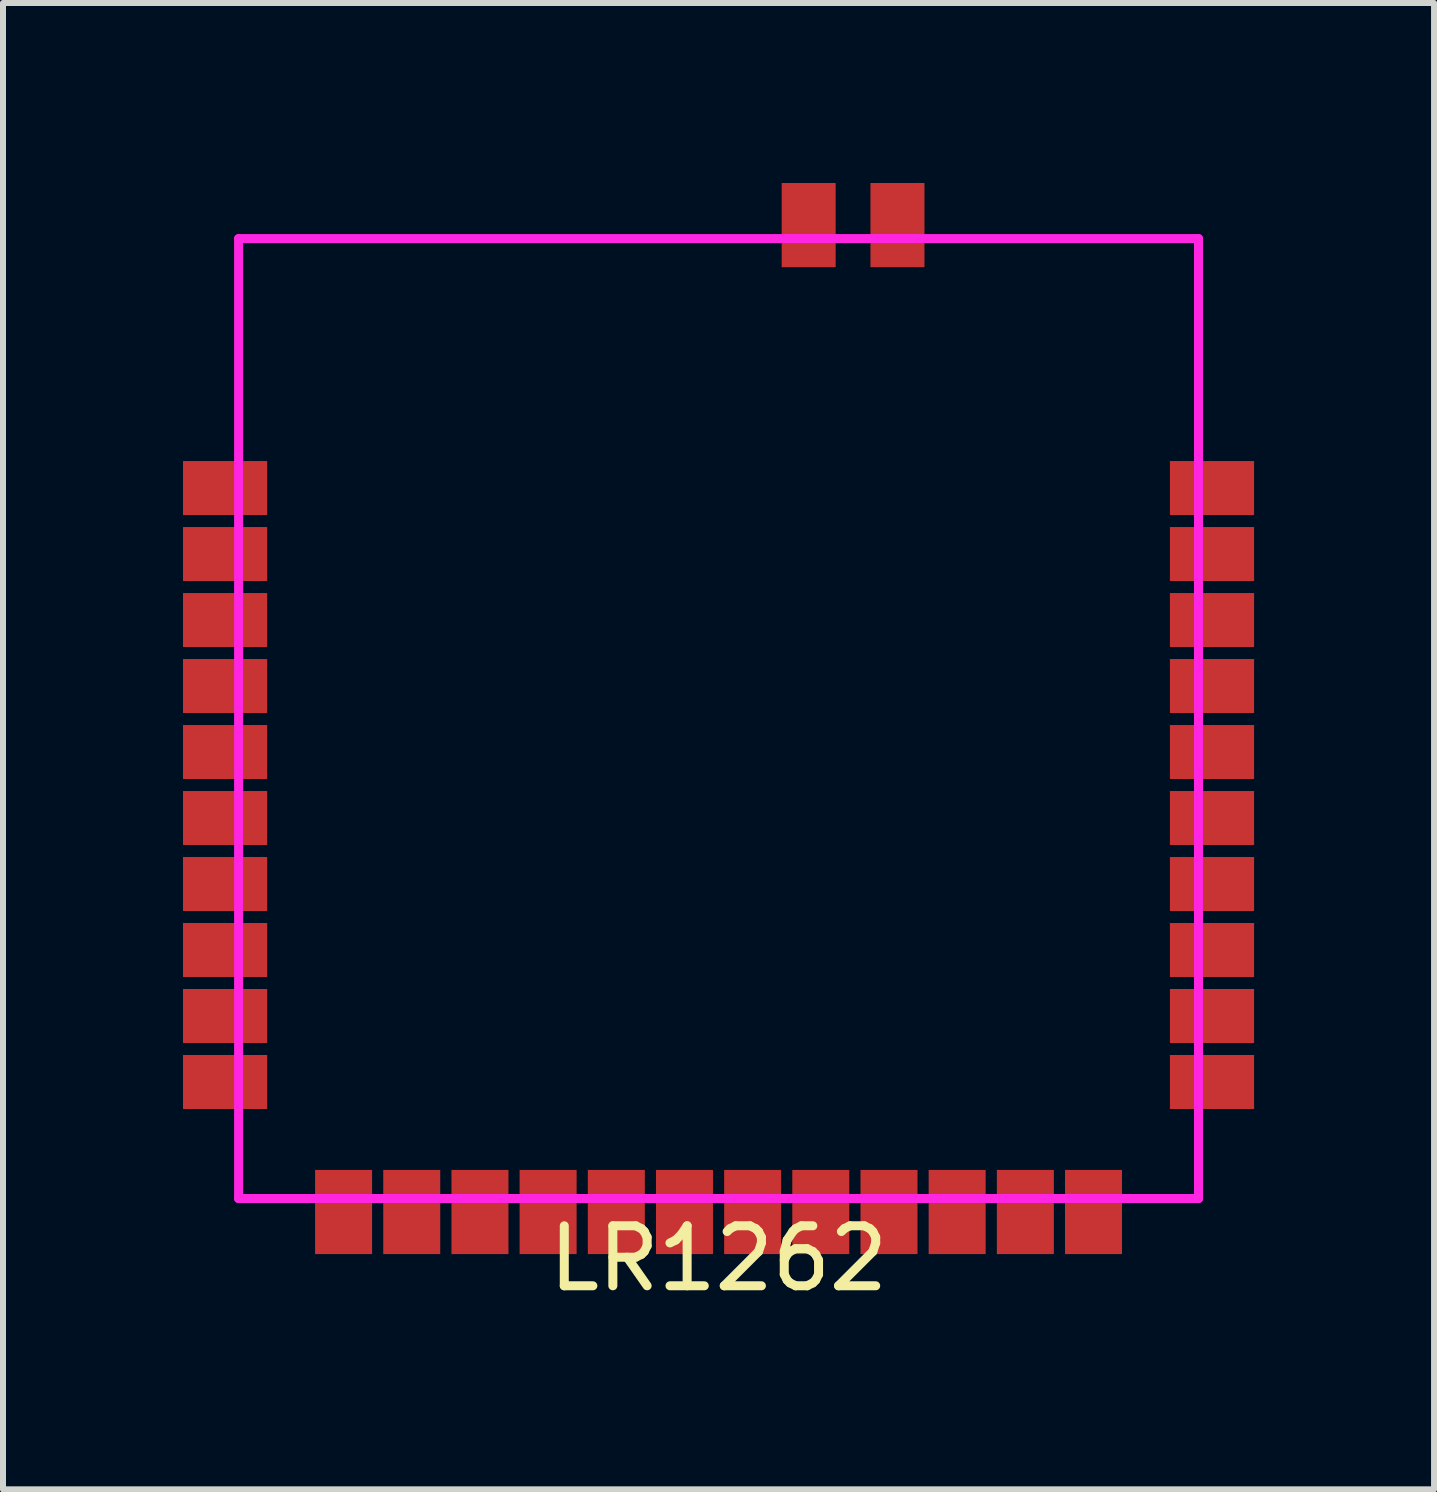
<source format=kicad_pcb>
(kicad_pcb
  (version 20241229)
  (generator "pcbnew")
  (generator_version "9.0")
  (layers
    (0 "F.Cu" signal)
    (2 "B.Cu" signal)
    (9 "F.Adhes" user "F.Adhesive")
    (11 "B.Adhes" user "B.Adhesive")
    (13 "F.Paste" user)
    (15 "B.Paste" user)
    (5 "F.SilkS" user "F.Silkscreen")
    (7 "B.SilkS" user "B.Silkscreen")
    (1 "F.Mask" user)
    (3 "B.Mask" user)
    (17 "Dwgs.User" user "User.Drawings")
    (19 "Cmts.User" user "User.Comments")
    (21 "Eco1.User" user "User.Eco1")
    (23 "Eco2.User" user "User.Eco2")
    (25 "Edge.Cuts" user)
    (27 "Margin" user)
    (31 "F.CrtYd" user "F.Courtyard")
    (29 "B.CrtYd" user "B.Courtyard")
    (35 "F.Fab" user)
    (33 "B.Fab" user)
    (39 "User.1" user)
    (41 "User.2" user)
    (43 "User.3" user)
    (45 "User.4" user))
  (footprint "LR1262"
    (layer "F.Cu")
    (at 8.927 8.927)
    (property "Reference" "LR1262" (at 0 9 0) (layer "F.SilkS") (effects (font (size 1 1) (thickness 0.15))))
    (attr smd)
    (fp_line (start -8 -8) (end -8 8) (stroke (width 0.15) (type solid)) (layer "F.CrtYd"))
    (fp_line (start -8 8) (end 8 8) (stroke (width 0.15) (type solid)) (layer "F.CrtYd"))
    (fp_line (start 8 -8) (end -8 -8) (stroke (width 0.15) (type solid)) (layer "F.CrtYd"))
    (fp_line (start 8 8) (end 8 -8) (stroke (width 0.15) (type solid)) (layer "F.CrtYd"))
    (pad "1" smd rect (at -8.225 -3.842) (size 1.403 0.9) (layers "F.Cu" "F.Mask" "F.Paste"))
    (pad "2" smd rect (at -8.225 -2.742) (size 1.403 0.9) (layers "F.Cu" "F.Mask" "F.Paste"))
    (pad "3" smd rect (at -8.225 -1.642) (size 1.403 0.9) (layers "F.Cu" "F.Mask" "F.Paste"))
    (pad "4" smd rect (at -8.225 -0.542) (size 1.403 0.9) (layers "F.Cu" "F.Mask" "F.Paste"))
    (pad "5" smd rect (at -8.225 0.558) (size 1.403 0.9) (layers "F.Cu" "F.Mask" "F.Paste"))
    (pad "6" smd rect (at -8.225 1.658) (size 1.403 0.9) (layers "F.Cu" "F.Mask" "F.Paste"))
    (pad "7" smd rect (at -8.225 2.758) (size 1.403 0.9) (layers "F.Cu" "F.Mask" "F.Paste"))
    (pad "8" smd rect (at -8.225 3.858) (size 1.403 0.9) (layers "F.Cu" "F.Mask" "F.Paste"))
    (pad "9" smd rect (at -8.225 4.958) (size 1.403 0.9) (layers "F.Cu" "F.Mask" "F.Paste"))
    (pad "10" smd rect (at -8.225 6.058) (size 1.403 0.9) (layers "F.Cu" "F.Mask" "F.Paste"))
    (pad "11" smd rect (at -6.25 8.225) (size 0.95 1.403) (layers "F.Cu" "F.Mask" "F.Paste"))
    (pad "12" smd rect (at -5.114 8.225) (size 0.95 1.403) (layers "F.Cu" "F.Mask" "F.Paste"))
    (pad "13" smd rect (at -3.977 8.225) (size 0.95 1.403) (layers "F.Cu" "F.Mask" "F.Paste"))
    (pad "14" smd rect (at -2.841 8.225) (size 0.95 1.403) (layers "F.Cu" "F.Mask" "F.Paste"))
    (pad "15" smd rect (at -1.704 8.225) (size 0.95 1.403) (layers "F.Cu" "F.Mask" "F.Paste"))
    (pad "16" smd rect (at -0.568 8.225) (size 0.95 1.403) (layers "F.Cu" "F.Mask" "F.Paste"))
    (pad "17" smd rect (at 0.568 8.225) (size 0.95 1.403) (layers "F.Cu" "F.Mask" "F.Paste"))
    (pad "18" smd rect (at 1.704 8.225) (size 0.95 1.403) (layers "F.Cu" "F.Mask" "F.Paste"))
    (pad "19" smd rect (at 2.841 8.225) (size 0.95 1.403) (layers "F.Cu" "F.Mask" "F.Paste"))
    (pad "20" smd rect (at 3.977 8.225) (size 0.95 1.403) (layers "F.Cu" "F.Mask" "F.Paste"))
    (pad "21" smd rect (at 5.114 8.225) (size 0.95 1.403) (layers "F.Cu" "F.Mask" "F.Paste"))
    (pad "22" smd rect (at 6.25 8.225) (size 0.95 1.403) (layers "F.Cu" "F.Mask" "F.Paste"))
    (pad "23" smd rect (at 8.225 6.058) (size 1.403 0.9) (layers "F.Cu" "F.Mask" "F.Paste"))
    (pad "24" smd rect (at 8.225 4.958) (size 1.403 0.9) (layers "F.Cu" "F.Mask" "F.Paste"))
    (pad "25" smd rect (at 8.225 3.858) (size 1.403 0.9) (layers "F.Cu" "F.Mask" "F.Paste"))
    (pad "26" smd rect (at 8.225 2.758) (size 1.403 0.9) (layers "F.Cu" "F.Mask" "F.Paste"))
    (pad "27" smd rect (at 8.225 1.658) (size 1.403 0.9) (layers "F.Cu" "F.Mask" "F.Paste"))
    (pad "28" smd rect (at 8.225 0.558) (size 1.403 0.9) (layers "F.Cu" "F.Mask" "F.Paste"))
    (pad "29" smd rect (at 8.225 -0.542) (size 1.403 0.9) (layers "F.Cu" "F.Mask" "F.Paste"))
    (pad "30" smd rect (at 8.225 -1.642) (size 1.403 0.9) (layers "F.Cu" "F.Mask" "F.Paste"))
    (pad "31" smd rect (at 8.225 -2.742) (size 1.403 0.9) (layers "F.Cu" "F.Mask" "F.Paste"))
    (pad "32" smd rect (at 8.225 -3.842) (size 1.403 0.9) (layers "F.Cu" "F.Mask" "F.Paste"))
    (pad "33" smd rect (at 2.982 -8.225) (size 0.9 1.403) (layers "F.Cu" "F.Mask" "F.Paste"))
    (pad "34" smd rect (at 1.502 -8.225) (size 0.9 1.403) (layers "F.Cu" "F.Mask" "F.Paste")))
  (gr_rect
    (start -3 -3)
    (end 20.853 21.775)
    (stroke (width 0.1) (type default))
    (fill no)
    (layer "Edge.Cuts")))
</source>
